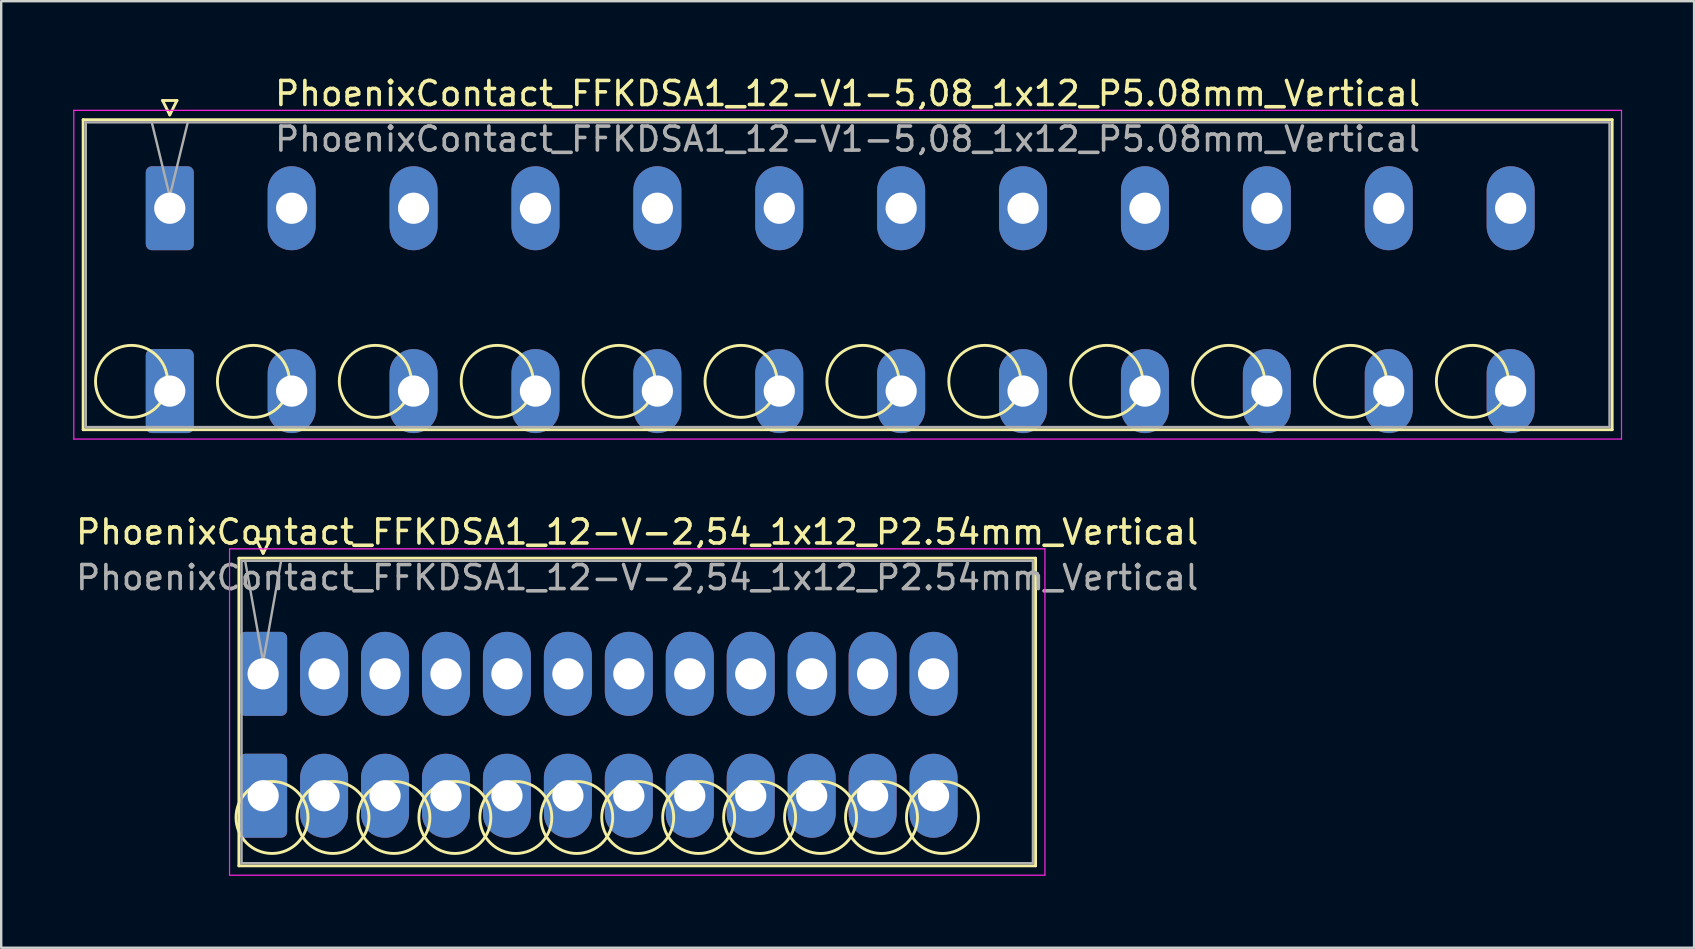
<source format=kicad_pcb>
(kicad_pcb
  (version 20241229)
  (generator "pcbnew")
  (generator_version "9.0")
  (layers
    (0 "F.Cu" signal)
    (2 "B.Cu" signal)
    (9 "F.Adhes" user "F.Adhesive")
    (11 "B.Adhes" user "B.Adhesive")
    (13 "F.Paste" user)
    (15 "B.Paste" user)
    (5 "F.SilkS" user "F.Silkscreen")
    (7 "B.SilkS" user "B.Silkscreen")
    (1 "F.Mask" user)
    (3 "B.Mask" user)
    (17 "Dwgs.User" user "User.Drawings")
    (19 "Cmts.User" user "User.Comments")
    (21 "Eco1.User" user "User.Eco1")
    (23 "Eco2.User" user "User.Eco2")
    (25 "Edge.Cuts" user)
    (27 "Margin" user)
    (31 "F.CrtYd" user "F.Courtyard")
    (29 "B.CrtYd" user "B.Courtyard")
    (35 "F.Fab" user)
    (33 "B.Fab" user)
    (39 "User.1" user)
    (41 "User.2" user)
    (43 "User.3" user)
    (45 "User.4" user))
  (footprint "PhoenixContact_FFKDSA1_12-V1-5,08_1x12_P5.08mm_Vertical"
    (layer "F.Cu")
    (at 4.025 5.628)
    (property "Reference" "PhoenixContact_FFKDSA1_12-V1-5,08_1x12_P5.08mm_Vertical" (at 28.25 -4.78 0) (layer "F.SilkS") (effects (font (size 1 1) (thickness 0.15))))
    (attr through_hole)
    (fp_line (start -3.61 -3.69) (end -3.61 9.23) (stroke (width 0.12) (type solid)) (layer "F.SilkS"))
    (fp_line (start -3.61 9.23) (end 60.11 9.23) (stroke (width 0.12) (type solid)) (layer "F.SilkS"))
    (fp_line (start -0.3 -4.49) (end 0.3 -4.49) (stroke (width 0.12) (type solid)) (layer "F.SilkS"))
    (fp_line (start 0 -3.89) (end -0.3 -4.49) (stroke (width 0.12) (type solid)) (layer "F.SilkS"))
    (fp_line (start 0.3 -4.49) (end 0 -3.89) (stroke (width 0.12) (type solid)) (layer "F.SilkS"))
    (fp_line (start 60.11 -3.69) (end -3.61 -3.69) (stroke (width 0.12) (type solid)) (layer "F.SilkS"))
    (fp_line (start 60.11 9.23) (end 60.11 -3.69) (stroke (width 0.12) (type solid)) (layer "F.SilkS"))
    (fp_circle (center -1.595 7.215) (end -0.095 7.215) (stroke (width 0.12) (type solid)) (fill no) (layer "F.SilkS"))
    (fp_circle (center 3.485 7.215) (end 4.985 7.215) (stroke (width 0.12) (type solid)) (fill no) (layer "F.SilkS"))
    (fp_circle (center 8.565 7.215) (end 10.065 7.215) (stroke (width 0.12) (type solid)) (fill no) (layer "F.SilkS"))
    (fp_circle (center 13.645 7.215) (end 15.145 7.215) (stroke (width 0.12) (type solid)) (fill no) (layer "F.SilkS"))
    (fp_circle (center 18.725 7.215) (end 20.225 7.215) (stroke (width 0.12) (type solid)) (fill no) (layer "F.SilkS"))
    (fp_circle (center 23.805 7.215) (end 25.305 7.215) (stroke (width 0.12) (type solid)) (fill no) (layer "F.SilkS"))
    (fp_circle (center 28.885 7.215) (end 30.385 7.215) (stroke (width 0.12) (type solid)) (fill no) (layer "F.SilkS"))
    (fp_circle (center 33.965 7.215) (end 35.465 7.215) (stroke (width 0.12) (type solid)) (fill no) (layer "F.SilkS"))
    (fp_circle (center 39.045 7.215) (end 40.545 7.215) (stroke (width 0.12) (type solid)) (fill no) (layer "F.SilkS"))
    (fp_circle (center 44.125 7.215) (end 45.625 7.215) (stroke (width 0.12) (type solid)) (fill no) (layer "F.SilkS"))
    (fp_circle (center 49.205 7.215) (end 50.705 7.215) (stroke (width 0.12) (type solid)) (fill no) (layer "F.SilkS"))
    (fp_circle (center 54.285 7.215) (end 55.785 7.215) (stroke (width 0.12) (type solid)) (fill no) (layer "F.SilkS"))
    (fp_line (start -4 -4.08) (end -4 9.62) (stroke (width 0.05) (type solid)) (layer "F.CrtYd"))
    (fp_line (start -4 9.62) (end 60.5 9.62) (stroke (width 0.05) (type solid)) (layer "F.CrtYd"))
    (fp_line (start 60.5 -4.08) (end -4 -4.08) (stroke (width 0.05) (type solid)) (layer "F.CrtYd"))
    (fp_line (start 60.5 9.62) (end 60.5 -4.08) (stroke (width 0.05) (type solid)) (layer "F.CrtYd"))
    (fp_line (start -3.5 -3.58) (end -3.5 9.12) (stroke (width 0.1) (type solid)) (layer "F.Fab"))
    (fp_line (start -3.5 9.12) (end 60 9.12) (stroke (width 0.1) (type solid)) (layer "F.Fab"))
    (fp_line (start 0 -0.5) (end -0.75 -3.58) (stroke (width 0.1) (type solid)) (layer "F.Fab"))
    (fp_line (start 0.75 -3.58) (end 0 -0.5) (stroke (width 0.1) (type solid)) (layer "F.Fab"))
    (fp_line (start 60 -3.58) (end -3.5 -3.58) (stroke (width 0.1) (type solid)) (layer "F.Fab"))
    (fp_line (start 60 9.12) (end 60 -3.58) (stroke (width 0.1) (type solid)) (layer "F.Fab"))
    (fp_text user "${REFERENCE}" (at 28.25 -2.88 0) (layer "F.Fab") (effects (font (size 1 1) (thickness 0.15))))
    (pad "1" thru_hole roundrect (at 0 0) (size 2 3.5) (drill 1.3) (layers "*.Cu" "*.Mask") (roundrect_rratio 0.125))
    (pad "1" thru_hole roundrect (at 0 7.62) (size 2 3.5) (drill 1.3) (layers "*.Cu" "*.Mask") (roundrect_rratio 0.125))
    (pad "2" thru_hole oval (at 5.08 0) (size 2 3.5) (drill 1.3) (layers "*.Cu" "*.Mask"))
    (pad "2" thru_hole oval (at 5.08 7.62) (size 2 3.5) (drill 1.3) (layers "*.Cu" "*.Mask"))
    (pad "3" thru_hole oval (at 10.16 0) (size 2 3.5) (drill 1.3) (layers "*.Cu" "*.Mask"))
    (pad "3" thru_hole oval (at 10.16 7.62) (size 2 3.5) (drill 1.3) (layers "*.Cu" "*.Mask"))
    (pad "4" thru_hole oval (at 15.24 0) (size 2 3.5) (drill 1.3) (layers "*.Cu" "*.Mask"))
    (pad "4" thru_hole oval (at 15.24 7.62) (size 2 3.5) (drill 1.3) (layers "*.Cu" "*.Mask"))
    (pad "5" thru_hole oval (at 20.32 0) (size 2 3.5) (drill 1.3) (layers "*.Cu" "*.Mask"))
    (pad "5" thru_hole oval (at 20.32 7.62) (size 2 3.5) (drill 1.3) (layers "*.Cu" "*.Mask"))
    (pad "6" thru_hole oval (at 25.4 0) (size 2 3.5) (drill 1.3) (layers "*.Cu" "*.Mask"))
    (pad "6" thru_hole oval (at 25.4 7.62) (size 2 3.5) (drill 1.3) (layers "*.Cu" "*.Mask"))
    (pad "7" thru_hole oval (at 30.48 0) (size 2 3.5) (drill 1.3) (layers "*.Cu" "*.Mask"))
    (pad "7" thru_hole oval (at 30.48 7.62) (size 2 3.5) (drill 1.3) (layers "*.Cu" "*.Mask"))
    (pad "8" thru_hole oval (at 35.56 0) (size 2 3.5) (drill 1.3) (layers "*.Cu" "*.Mask"))
    (pad "8" thru_hole oval (at 35.56 7.62) (size 2 3.5) (drill 1.3) (layers "*.Cu" "*.Mask"))
    (pad "9" thru_hole oval (at 40.64 0) (size 2 3.5) (drill 1.3) (layers "*.Cu" "*.Mask"))
    (pad "9" thru_hole oval (at 40.64 7.62) (size 2 3.5) (drill 1.3) (layers "*.Cu" "*.Mask"))
    (pad "10" thru_hole oval (at 45.72 0) (size 2 3.5) (drill 1.3) (layers "*.Cu" "*.Mask"))
    (pad "10" thru_hole oval (at 45.72 7.62) (size 2 3.5) (drill 1.3) (layers "*.Cu" "*.Mask"))
    (pad "11" thru_hole oval (at 50.8 0) (size 2 3.5) (drill 1.3) (layers "*.Cu" "*.Mask"))
    (pad "11" thru_hole oval (at 50.8 7.62) (size 2 3.5) (drill 1.3) (layers "*.Cu" "*.Mask"))
    (pad "12" thru_hole oval (at 55.88 0) (size 2 3.5) (drill 1.3) (layers "*.Cu" "*.Mask"))
    (pad "12" thru_hole oval (at 55.88 7.62) (size 2 3.5) (drill 1.3) (layers "*.Cu" "*.Mask")))
  (footprint "PhoenixContact_FFKDSA1_12-V-2,54_1x12_P2.54mm_Vertical"
    (layer "F.Cu")
    (at 7.916 25.032)
    (property "Reference" "PhoenixContact_FFKDSA1_12-V-2,54_1x12_P2.54mm_Vertical" (at 15.59 -5.91 0) (layer "F.SilkS") (effects (font (size 1 1) (thickness 0.15))))
    (attr through_hole)
    (fp_line (start -1.01 -4.82) (end -1.01 8) (stroke (width 0.12) (type solid)) (layer "F.SilkS"))
    (fp_line (start -1.01 8) (end 32.19 8) (stroke (width 0.12) (type solid)) (layer "F.SilkS"))
    (fp_line (start -0.3 -5.62) (end 0.3 -5.62) (stroke (width 0.12) (type solid)) (layer "F.SilkS"))
    (fp_line (start 0 -5.02) (end -0.3 -5.62) (stroke (width 0.12) (type solid)) (layer "F.SilkS"))
    (fp_line (start 0.3 -5.62) (end 0 -5.02) (stroke (width 0.12) (type solid)) (layer "F.SilkS"))
    (fp_line (start 32.19 -4.82) (end -1.01 -4.82) (stroke (width 0.12) (type solid)) (layer "F.SilkS"))
    (fp_line (start 32.19 8) (end 32.19 -4.82) (stroke (width 0.12) (type solid)) (layer "F.SilkS"))
    (fp_circle (center 0.37 5.985) (end 1.87 5.985) (stroke (width 0.12) (type solid)) (fill no) (layer "F.SilkS"))
    (fp_circle (center 2.91 5.985) (end 4.41 5.985) (stroke (width 0.12) (type solid)) (fill no) (layer "F.SilkS"))
    (fp_circle (center 5.45 5.985) (end 6.95 5.985) (stroke (width 0.12) (type solid)) (fill no) (layer "F.SilkS"))
    (fp_circle (center 7.99 5.985) (end 9.49 5.985) (stroke (width 0.12) (type solid)) (fill no) (layer "F.SilkS"))
    (fp_circle (center 10.53 5.985) (end 12.03 5.985) (stroke (width 0.12) (type solid)) (fill no) (layer "F.SilkS"))
    (fp_circle (center 13.07 5.985) (end 14.57 5.985) (stroke (width 0.12) (type solid)) (fill no) (layer "F.SilkS"))
    (fp_circle (center 15.61 5.985) (end 17.11 5.985) (stroke (width 0.12) (type solid)) (fill no) (layer "F.SilkS"))
    (fp_circle (center 18.15 5.985) (end 19.65 5.985) (stroke (width 0.12) (type solid)) (fill no) (layer "F.SilkS"))
    (fp_circle (center 20.69 5.985) (end 22.19 5.985) (stroke (width 0.12) (type solid)) (fill no) (layer "F.SilkS"))
    (fp_circle (center 23.23 5.985) (end 24.73 5.985) (stroke (width 0.12) (type solid)) (fill no) (layer "F.SilkS"))
    (fp_circle (center 25.77 5.985) (end 27.27 5.985) (stroke (width 0.12) (type solid)) (fill no) (layer "F.SilkS"))
    (fp_circle (center 28.31 5.985) (end 29.81 5.985) (stroke (width 0.12) (type solid)) (fill no) (layer "F.SilkS"))
    (fp_line (start -1.4 -5.21) (end -1.4 8.39) (stroke (width 0.05) (type solid)) (layer "F.CrtYd"))
    (fp_line (start -1.4 8.39) (end 32.58 8.39) (stroke (width 0.05) (type solid)) (layer "F.CrtYd"))
    (fp_line (start 32.58 -5.21) (end -1.4 -5.21) (stroke (width 0.05) (type solid)) (layer "F.CrtYd"))
    (fp_line (start 32.58 8.39) (end 32.58 -5.21) (stroke (width 0.05) (type solid)) (layer "F.CrtYd"))
    (fp_line (start -0.9 -4.71) (end -0.9 7.89) (stroke (width 0.1) (type solid)) (layer "F.Fab"))
    (fp_line (start -0.9 7.89) (end 32.08 7.89) (stroke (width 0.1) (type solid)) (layer "F.Fab"))
    (fp_line (start 0 -0.5) (end -0.75 -4.71) (stroke (width 0.1) (type solid)) (layer "F.Fab"))
    (fp_line (start 0.75 -4.71) (end 0 -0.5) (stroke (width 0.1) (type solid)) (layer "F.Fab"))
    (fp_line (start 32.08 -4.71) (end -0.9 -4.71) (stroke (width 0.1) (type solid)) (layer "F.Fab"))
    (fp_line (start 32.08 7.89) (end 32.08 -4.71) (stroke (width 0.1) (type solid)) (layer "F.Fab"))
    (fp_text user "${REFERENCE}" (at 15.59 -4.01 0) (layer "F.Fab") (effects (font (size 1 1) (thickness 0.15))))
    (pad "1" thru_hole roundrect (at 0 0) (size 2 3.5) (drill 1.3) (layers "*.Cu" "*.Mask") (roundrect_rratio 0.125))
    (pad "1" thru_hole roundrect (at 0 5.08) (size 2 3.5) (drill 1.3) (layers "*.Cu" "*.Mask") (roundrect_rratio 0.125))
    (pad "2" thru_hole oval (at 2.54 0) (size 2 3.5) (drill 1.3) (layers "*.Cu" "*.Mask"))
    (pad "2" thru_hole oval (at 2.54 5.08) (size 2 3.5) (drill 1.3) (layers "*.Cu" "*.Mask"))
    (pad "3" thru_hole oval (at 5.08 0) (size 2 3.5) (drill 1.3) (layers "*.Cu" "*.Mask"))
    (pad "3" thru_hole oval (at 5.08 5.08) (size 2 3.5) (drill 1.3) (layers "*.Cu" "*.Mask"))
    (pad "4" thru_hole oval (at 7.62 0) (size 2 3.5) (drill 1.3) (layers "*.Cu" "*.Mask"))
    (pad "4" thru_hole oval (at 7.62 5.08) (size 2 3.5) (drill 1.3) (layers "*.Cu" "*.Mask"))
    (pad "5" thru_hole oval (at 10.16 0) (size 2 3.5) (drill 1.3) (layers "*.Cu" "*.Mask"))
    (pad "5" thru_hole oval (at 10.16 5.08) (size 2 3.5) (drill 1.3) (layers "*.Cu" "*.Mask"))
    (pad "6" thru_hole oval (at 12.7 0) (size 2 3.5) (drill 1.3) (layers "*.Cu" "*.Mask"))
    (pad "6" thru_hole oval (at 12.7 5.08) (size 2 3.5) (drill 1.3) (layers "*.Cu" "*.Mask"))
    (pad "7" thru_hole oval (at 15.24 0) (size 2 3.5) (drill 1.3) (layers "*.Cu" "*.Mask"))
    (pad "7" thru_hole oval (at 15.24 5.08) (size 2 3.5) (drill 1.3) (layers "*.Cu" "*.Mask"))
    (pad "8" thru_hole oval (at 17.78 0) (size 2 3.5) (drill 1.3) (layers "*.Cu" "*.Mask"))
    (pad "8" thru_hole oval (at 17.78 5.08) (size 2 3.5) (drill 1.3) (layers "*.Cu" "*.Mask"))
    (pad "9" thru_hole oval (at 20.32 0) (size 2 3.5) (drill 1.3) (layers "*.Cu" "*.Mask"))
    (pad "9" thru_hole oval (at 20.32 5.08) (size 2 3.5) (drill 1.3) (layers "*.Cu" "*.Mask"))
    (pad "10" thru_hole oval (at 22.86 0) (size 2 3.5) (drill 1.3) (layers "*.Cu" "*.Mask"))
    (pad "10" thru_hole oval (at 22.86 5.08) (size 2 3.5) (drill 1.3) (layers "*.Cu" "*.Mask"))
    (pad "11" thru_hole oval (at 25.4 0) (size 2 3.5) (drill 1.3) (layers "*.Cu" "*.Mask"))
    (pad "11" thru_hole oval (at 25.4 5.08) (size 2 3.5) (drill 1.3) (layers "*.Cu" "*.Mask"))
    (pad "12" thru_hole oval (at 27.94 0) (size 2 3.5) (drill 1.3) (layers "*.Cu" "*.Mask"))
    (pad "12" thru_hole oval (at 27.94 5.08) (size 2 3.5) (drill 1.3) (layers "*.Cu" "*.Mask")))
  (gr_rect
    (start -3 -3)
    (end 67.55 36.447)
    (stroke (width 0.1) (type default))
    (fill no)
    (layer "Edge.Cuts")))
</source>
